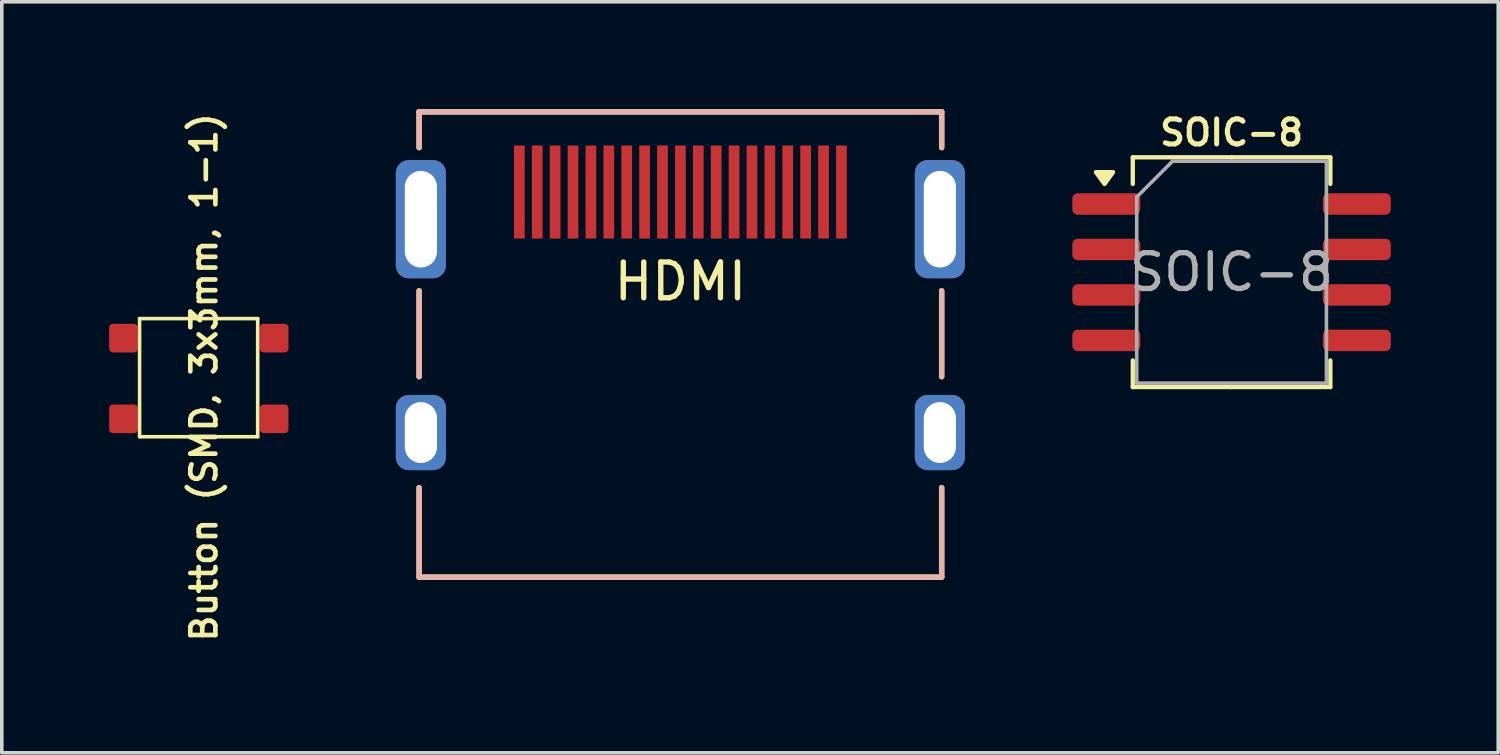
<source format=kicad_pcb>
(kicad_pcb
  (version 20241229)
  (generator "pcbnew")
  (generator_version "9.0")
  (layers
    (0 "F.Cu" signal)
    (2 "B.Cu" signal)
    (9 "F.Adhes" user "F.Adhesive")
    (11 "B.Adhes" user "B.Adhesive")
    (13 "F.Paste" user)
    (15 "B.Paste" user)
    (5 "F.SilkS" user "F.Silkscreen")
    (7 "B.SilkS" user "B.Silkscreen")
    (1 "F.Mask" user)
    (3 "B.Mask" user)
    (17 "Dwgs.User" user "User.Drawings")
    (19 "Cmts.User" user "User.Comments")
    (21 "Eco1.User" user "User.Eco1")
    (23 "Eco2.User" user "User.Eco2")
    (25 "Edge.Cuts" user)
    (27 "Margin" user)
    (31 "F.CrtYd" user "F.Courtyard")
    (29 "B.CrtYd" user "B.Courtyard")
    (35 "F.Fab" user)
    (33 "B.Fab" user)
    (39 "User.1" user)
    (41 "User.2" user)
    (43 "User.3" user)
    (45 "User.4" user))
  (footprint "HDMI"
    (layer "F.Cu")
    (at 15.96 3.075)
    (property "Reference" "HDMI" (at 0 1.74 180) (layer "F.SilkS") (effects (font (size 1 1) (thickness 0.15))))
    (attr through_hole)
    (fp_line (start -7.3 -3) (end 7.3 -3) (stroke (width 0.15) (type solid)) (layer "F.SilkS"))
    (fp_line (start -7.3 -2) (end -7.3 -3) (stroke (width 0.15) (type solid)) (layer "F.SilkS"))
    (fp_line (start -7.3 2) (end -7.3 4.4) (stroke (width 0.15) (type solid)) (layer "F.SilkS"))
    (fp_line (start -7.3 7.5) (end -7.3 10) (stroke (width 0.15) (type solid)) (layer "F.SilkS"))
    (fp_line (start -7.3 10) (end 7.3 10) (stroke (width 0.15) (type solid)) (layer "F.SilkS"))
    (fp_line (start 7.3 -3) (end 7.3 -2) (stroke (width 0.15) (type solid)) (layer "F.SilkS"))
    (fp_line (start 7.3 2) (end 7.3 4.4) (stroke (width 0.15) (type solid)) (layer "F.SilkS"))
    (fp_line (start 7.3 10) (end 7.3 7.5) (stroke (width 0.15) (type solid)) (layer "F.SilkS"))
    (fp_line (start -7.3 -3) (end 7.3 -3) (stroke (width 0.15) (type solid)) (layer "B.SilkS"))
    (fp_line (start -7.3 -2) (end -7.3 -3) (stroke (width 0.15) (type solid)) (layer "B.SilkS"))
    (fp_line (start -7.3 2) (end -7.3 4.4) (stroke (width 0.15) (type solid)) (layer "B.SilkS"))
    (fp_line (start -7.3 7.5) (end -7.3 10) (stroke (width 0.15) (type solid)) (layer "B.SilkS"))
    (fp_line (start -7.3 10) (end 7.3 10) (stroke (width 0.15) (type solid)) (layer "B.SilkS"))
    (fp_line (start 7.3 -3) (end 7.3 -2) (stroke (width 0.15) (type solid)) (layer "B.SilkS"))
    (fp_line (start 7.3 2) (end 7.3 4.4) (stroke (width 0.15) (type solid)) (layer "B.SilkS"))
    (fp_line (start 7.3 10) (end 7.3 7.5) (stroke (width 0.15) (type solid)) (layer "B.SilkS"))
    (pad "1" smd rect (at 4.5 -0.76) (size 0.3 2.6) (layers "F.Cu" "F.Mask" "F.Paste"))
    (pad "2" smd rect (at 4 -0.76) (size 0.3 2.6) (layers "F.Cu" "F.Mask" "F.Paste"))
    (pad "3" smd rect (at 3.5 -0.76) (size 0.3 2.6) (layers "F.Cu" "F.Mask" "F.Paste"))
    (pad "4" smd rect (at 3 -0.76) (size 0.3 2.6) (layers "F.Cu" "F.Mask" "F.Paste"))
    (pad "5" smd rect (at 2.5 -0.76) (size 0.3 2.6) (layers "F.Cu" "F.Mask" "F.Paste"))
    (pad "6" smd rect (at 2 -0.76) (size 0.3 2.6) (layers "F.Cu" "F.Mask" "F.Paste"))
    (pad "7" smd rect (at 1.5 -0.76) (size 0.3 2.6) (layers "F.Cu" "F.Mask" "F.Paste"))
    (pad "8" smd rect (at 1 -0.76) (size 0.3 2.6) (layers "F.Cu" "F.Mask" "F.Paste"))
    (pad "9" smd rect (at 0.5 -0.76) (size 0.3 2.6) (layers "F.Cu" "F.Mask" "F.Paste"))
    (pad "10" smd rect (at 0 -0.76) (size 0.3 2.6) (layers "F.Cu" "F.Mask" "F.Paste"))
    (pad "11" smd rect (at -0.5 -0.76) (size 0.3 2.6) (layers "F.Cu" "F.Mask" "F.Paste"))
    (pad "12" smd rect (at -1 -0.76) (size 0.3 2.6) (layers "F.Cu" "F.Mask" "F.Paste"))
    (pad "13" smd rect (at -1.5 -0.76) (size 0.3 2.6) (layers "F.Cu" "F.Mask" "F.Paste"))
    (pad "14" smd rect (at -2 -0.76) (size 0.3 2.6) (layers "F.Cu" "F.Mask" "F.Paste"))
    (pad "15" smd rect (at -2.5 -0.76) (size 0.3 2.6) (layers "F.Cu" "F.Mask" "F.Paste"))
    (pad "16" smd rect (at -3 -0.76) (size 0.3 2.6) (layers "F.Cu" "F.Mask" "F.Paste"))
    (pad "17" smd rect (at -3.5 -0.76) (size 0.3 2.6) (layers "F.Cu" "F.Mask" "F.Paste"))
    (pad "18" smd rect (at -4 -0.76) (size 0.3 2.6) (layers "F.Cu" "F.Mask" "F.Paste"))
    (pad "19" smd rect (at -4.5 -0.76) (size 0.3 2.6) (layers "F.Cu" "F.Mask" "F.Paste"))
    (pad "20" thru_hole roundrect (at -7.25 0) (size 1.4 3.3) (drill oval 0.9 2.7) (layers "*.Cu" "*.Mask") (roundrect_rratio 0.25))
    (pad "21" thru_hole roundrect (at -7.25 5.96) (size 1.4 2.1) (drill oval 0.9 1.7) (layers "*.Cu" "*.Mask") (roundrect_rratio 0.25))
    (pad "22" thru_hole roundrect (at 7.25 5.96) (size 1.4 2.1) (drill oval 0.9 1.7) (layers "*.Cu" "*.Mask") (roundrect_rratio 0.25))
    (pad "23" thru_hole roundrect (at 7.25 0) (size 1.4 3.3) (drill oval 0.9 2.7) (layers "*.Cu" "*.Mask") (roundrect_rratio 0.25)))
  (footprint "Button (SMD, 3x3mm, 1-1)"
    (layer "F.Cu")
    (at 0.85 5.852)
    (property "Reference" "Button (SMD, 3x3mm, 1-1)" (at 1.8 1.64 270) (layer "F.SilkS") (effects (font (size 0.7 0.7) (thickness 0.13) (bold yes))))
    (attr smd)
    (fp_line (start 0 0) (end 0 3.3) (stroke (width 0.1) (type default)) (layer "F.SilkS"))
    (fp_line (start 0 0) (end 3.3 0) (stroke (width 0.1) (type default)) (layer "F.SilkS"))
    (fp_line (start 3.3 3.3) (end 0 3.3) (stroke (width 0.1) (type default)) (layer "F.SilkS"))
    (fp_line (start 3.3 3.3) (end 3.3 0) (stroke (width 0.1) (type default)) (layer "F.SilkS"))
    (pad "1" smd roundrect (at -0.45 0.545) (size 0.8 0.8) (layers "F.Cu" "F.Mask" "F.Paste") (roundrect_rratio 0.131))
    (pad "1" smd roundrect (at 3.76 0.545) (size 0.8 0.8) (layers "F.Cu" "F.Mask" "F.Paste") (roundrect_rratio 0.131))
    (pad "2" smd roundrect (at -0.45 2.8) (size 0.8 0.8) (layers "F.Cu" "F.Mask" "F.Paste") (roundrect_rratio 0.131))
    (pad "2" smd roundrect (at 3.76 2.8) (size 0.8 0.8) (layers "F.Cu" "F.Mask" "F.Paste") (roundrect_rratio 0.131)))
  (footprint "SOIC-8"
    (layer "F.Cu")
    (at 31.36 4.555)
    (property "Reference" "SOIC-8" (at 0 -3.9 0) (layer "F.SilkS") (effects (font (size 0.7 0.7) (thickness 0.14) (bold yes))))
    (attr smd)
    (fp_line (start -2.76 -3.21) (end -2.76 -2.465) (stroke (width 0.12) (type solid)) (layer "F.SilkS"))
    (fp_line (start -2.76 3.21) (end -2.76 2.465) (stroke (width 0.12) (type solid)) (layer "F.SilkS"))
    (fp_line (start 0 -3.21) (end -2.76 -3.21) (stroke (width 0.12) (type solid)) (layer "F.SilkS"))
    (fp_line (start 0 -3.21) (end 2.76 -3.21) (stroke (width 0.12) (type solid)) (layer "F.SilkS"))
    (fp_line (start 0 3.21) (end -2.76 3.21) (stroke (width 0.12) (type solid)) (layer "F.SilkS"))
    (fp_line (start 0 3.21) (end 2.76 3.21) (stroke (width 0.12) (type solid)) (layer "F.SilkS"))
    (fp_line (start 2.76 -3.21) (end 2.76 -2.465) (stroke (width 0.12) (type solid)) (layer "F.SilkS"))
    (fp_line (start 2.76 3.21) (end 2.76 2.465) (stroke (width 0.12) (type solid)) (layer "F.SilkS"))
    (fp_poly (pts (xy -3.55 -2.465) (xy -3.79 -2.795) (xy -3.31 -2.795) (xy -3.55 -2.465)) (stroke (width 0.12) (type solid)) (fill yes) (layer "F.SilkS"))
    (fp_line (start -2.65 -2.1) (end -1.65 -3.1) (stroke (width 0.1) (type solid)) (layer "F.Fab"))
    (fp_line (start -2.65 3.1) (end -2.65 -2.1) (stroke (width 0.1) (type solid)) (layer "F.Fab"))
    (fp_line (start -1.65 -3.1) (end 2.65 -3.1) (stroke (width 0.1) (type solid)) (layer "F.Fab"))
    (fp_line (start 2.65 -3.1) (end 2.65 3.1) (stroke (width 0.1) (type solid)) (layer "F.Fab"))
    (fp_line (start 2.65 3.1) (end -2.65 3.1) (stroke (width 0.1) (type solid)) (layer "F.Fab"))
    (fp_text user "${REFERENCE}" (at 0 0 0) (layer "F.Fab") (effects (font (size 1 1) (thickness 0.15))))
    (pad "1" smd roundrect (at -3.5 -1.905) (size 1.9 0.6) (layers "F.Cu" "F.Mask" "F.Paste") (roundrect_rratio 0.25))
    (pad "2" smd roundrect (at -3.5 -0.635) (size 1.9 0.6) (layers "F.Cu" "F.Mask" "F.Paste") (roundrect_rratio 0.25))
    (pad "3" smd roundrect (at -3.5 0.635) (size 1.9 0.6) (layers "F.Cu" "F.Mask" "F.Paste") (roundrect_rratio 0.25))
    (pad "4" smd roundrect (at -3.5 1.905) (size 1.9 0.6) (layers "F.Cu" "F.Mask" "F.Paste") (roundrect_rratio 0.25))
    (pad "5" smd roundrect (at 3.5 1.905) (size 1.9 0.6) (layers "F.Cu" "F.Mask" "F.Paste") (roundrect_rratio 0.25))
    (pad "6" smd roundrect (at 3.5 0.635) (size 1.9 0.6) (layers "F.Cu" "F.Mask" "F.Paste") (roundrect_rratio 0.25))
    (pad "7" smd roundrect (at 3.5 -0.635) (size 1.9 0.6) (layers "F.Cu" "F.Mask" "F.Paste") (roundrect_rratio 0.25))
    (pad "8" smd roundrect (at 3.5 -1.905) (size 1.9 0.6) (layers "F.Cu" "F.Mask" "F.Paste") (roundrect_rratio 0.25)))
  (gr_rect
    (start -3 -3)
    (end 38.81 17.983)
    (stroke (width 0.1) (type default))
    (fill no)
    (layer "Edge.Cuts")))
</source>
